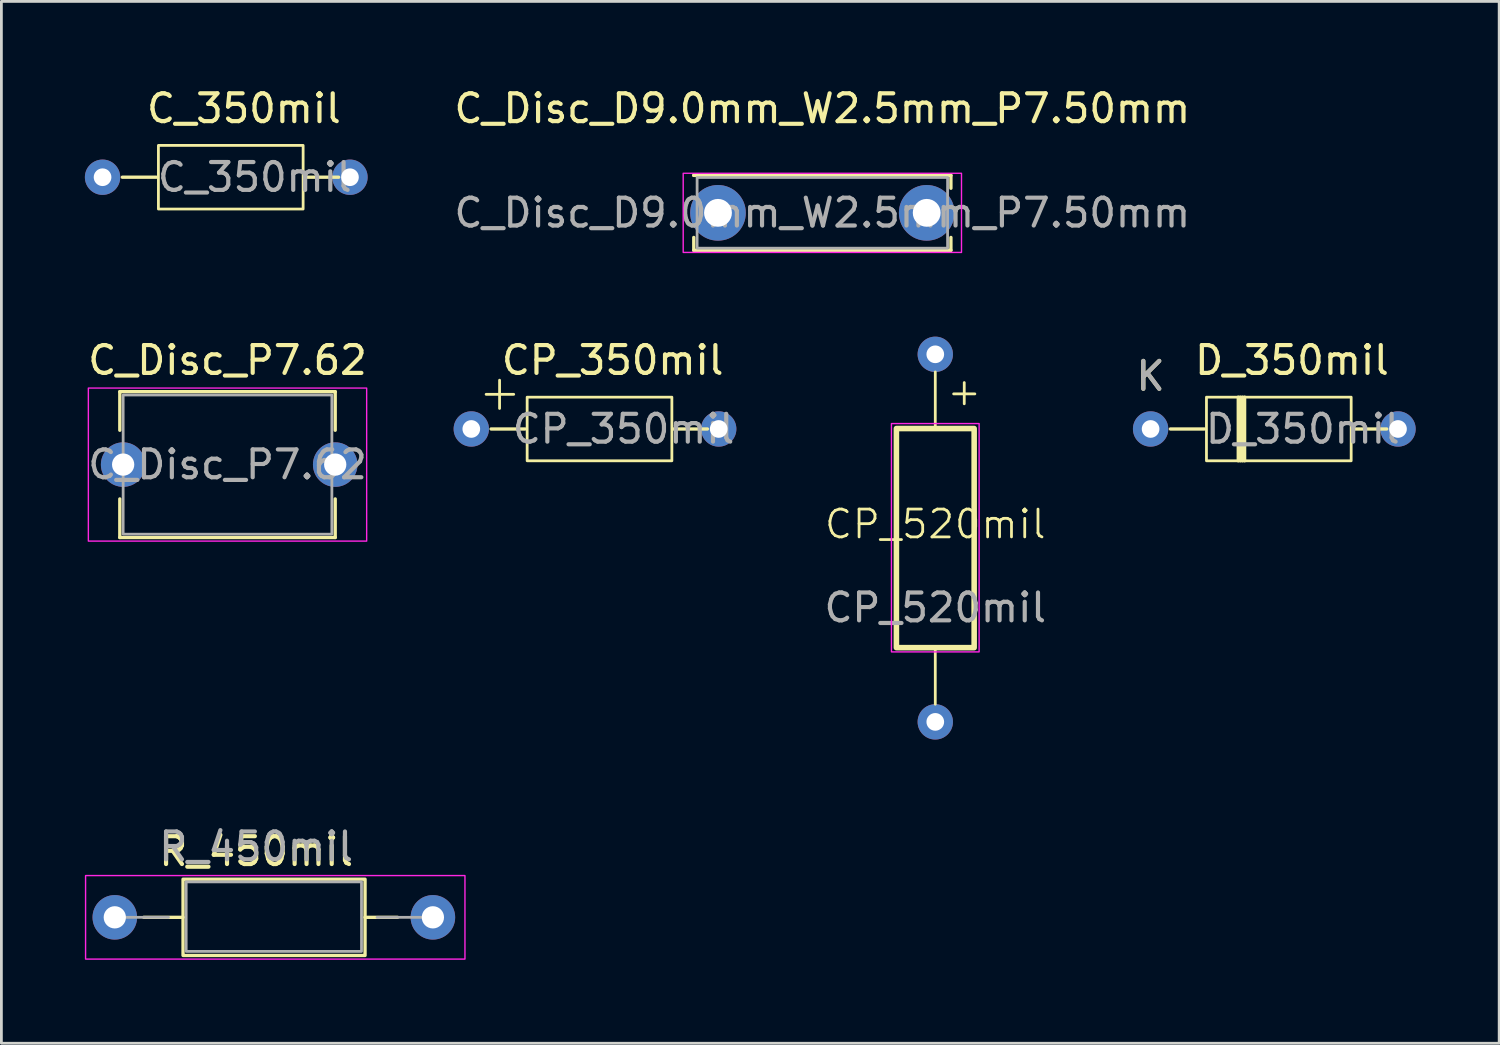
<source format=kicad_pcb>
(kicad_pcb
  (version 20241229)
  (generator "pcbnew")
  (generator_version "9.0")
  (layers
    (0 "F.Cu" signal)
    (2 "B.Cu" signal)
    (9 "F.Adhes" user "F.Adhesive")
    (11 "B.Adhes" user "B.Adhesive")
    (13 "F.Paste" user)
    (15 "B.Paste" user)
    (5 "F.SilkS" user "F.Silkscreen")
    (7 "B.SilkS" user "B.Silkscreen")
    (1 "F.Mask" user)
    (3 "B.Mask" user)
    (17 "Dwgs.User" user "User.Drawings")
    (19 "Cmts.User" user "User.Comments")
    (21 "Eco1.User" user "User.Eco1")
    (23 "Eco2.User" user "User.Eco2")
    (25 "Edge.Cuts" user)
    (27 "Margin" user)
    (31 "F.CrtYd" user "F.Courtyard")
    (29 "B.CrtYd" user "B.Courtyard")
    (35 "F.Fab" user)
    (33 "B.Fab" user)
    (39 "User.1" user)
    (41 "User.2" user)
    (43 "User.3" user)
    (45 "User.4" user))
  (footprint "CP_520mil"
    (layer "F.Cu")
    (at 30.557 16.285)
    (property "Reference" "CP_520mil" (at 0 -0.5 0) (unlocked yes) (layer "F.SilkS") (effects (font (size 1 1) (thickness 0.1))))
    (attr smd)
    (fp_line (start 0 -3.937) (end 0 -5.969) (stroke (width 0.1) (type default)) (layer "F.SilkS"))
    (fp_line (start 0 3.937) (end 0 5.969) (stroke (width 0.1) (type default)) (layer "F.SilkS"))
    (fp_line (start 0.66 -5.182) (end 1.422 -5.182) (stroke (width 0.1) (type default)) (layer "F.SilkS"))
    (fp_line (start 1.041 -5.588) (end 1.041 -4.826) (stroke (width 0.1) (type default)) (layer "F.SilkS"))
    (fp_rect (start -1.397 -3.937) (end 1.397 3.937) (stroke (width 0.2) (type solid)) (fill no) (layer "F.SilkS"))
    (fp_rect (start -1.575 -4.115) (end 1.575 4.089) (stroke (width 0.05) (type default)) (fill no) (layer "F.CrtYd"))
    (fp_text user "${REFERENCE}" (at 0 2.5 0) (unlocked yes) (layer "F.Fab") (effects (font (size 1 1) (thickness 0.15))))
    (pad "1" thru_hole circle (at 0 -6.604) (size 1.27 1.27) (drill 0.635) (layers "*.Cu" "*.Mask"))
    (pad "2" thru_hole circle (at 0 6.604) (size 1.27 1.27) (drill 0.635) (layers "*.Cu" "*.Mask")))
  (footprint "C_Disc_D9.0mm_W2.5mm_P7.50mm"
    (layer "F.Cu")
    (at 22.749 4.598)
    (property "Reference" "C_Disc_D9.0mm_W2.5mm_P7.50mm" (at 3.75 -3.75 0) (layer "F.SilkS") (effects (font (size 1 1) (thickness 0.15))))
    (attr through_hole)
    (fp_line (start -0.87 -1.346) (end -0.87 -1.346) (stroke (width 0.12) (type solid)) (layer "F.SilkS"))
    (fp_line (start -0.87 -1.346) (end 8.37 -1.346) (stroke (width 0.12) (type solid)) (layer "F.SilkS"))
    (fp_line (start -0.87 1.346) (end -0.87 0.884) (stroke (width 0.12) (type solid)) (layer "F.SilkS"))
    (fp_line (start 8.37 -1.346) (end 8.37 -0.884) (stroke (width 0.12) (type solid)) (layer "F.SilkS"))
    (fp_line (start 8.37 0.884) (end 8.37 1.346) (stroke (width 0.12) (type solid)) (layer "F.SilkS"))
    (fp_line (start 8.37 1.346) (end -0.87 1.346) (stroke (width 0.12) (type solid)) (layer "F.SilkS"))
    (fp_rect (start -1.25 -1.422) (end 8.75 1.422) (stroke (width 0.05) (type solid)) (fill no) (layer "F.CrtYd"))
    (fp_rect (start -0.75 -1.27) (end 8.25 1.27) (stroke (width 0.1) (type solid)) (fill no) (layer "F.Fab"))
    (fp_text user "${REFERENCE}" (at 3.75 0 0) (layer "F.Fab") (effects (font (size 1 1) (thickness 0.15))))
    (pad "1" thru_hole circle (at 0 0) (size 2 2) (drill 1) (layers "*.Cu" "*.Mask"))
    (pad "2" thru_hole circle (at 7.5 0) (size 2 2) (drill 1) (layers "*.Cu" "*.Mask")))
  (footprint "C_350mil"
    (layer "F.Cu")
    (at 0.635 3.318)
    (property "Reference" "C_350mil" (at 5.08 -2.47 0) (layer "F.SilkS") (effects (font (size 1 1) (thickness 0.15))))
    (attr through_hole)
    (fp_line (start 0.711 0) (end 1.931 0) (stroke (width 0.12) (type solid)) (layer "F.SilkS"))
    (fp_line (start 8.484 0) (end 7.264 0) (stroke (width 0.12) (type solid)) (layer "F.SilkS"))
    (fp_rect (start 2.007 -1.143) (end 7.207 1.143) (stroke (width 0.1) (type solid)) (fill no) (layer "F.SilkS"))
    (fp_text user "${REFERENCE}" (at 5.47 0 0) (layer "F.Fab") (effects (font (size 1 1) (thickness 0.15))))
    (pad "1" thru_hole circle (at 0 0) (size 1.27 1.27) (drill 0.635) (layers "*.Cu" "*.Mask"))
    (pad "2" thru_hole circle (at 8.89 0) (size 1.27 1.27) (drill 0.635) (layers "*.Cu" "*.Mask")))
  (footprint "D_350mil"
    (layer "F.Cu")
    (at 38.294 12.364)
    (property "Reference" "D_350mil" (at 5.08 -2.47 0) (layer "F.SilkS") (effects (font (size 1 1) (thickness 0.15))))
    (attr through_hole)
    (fp_line (start 0.711 0) (end 1.931 0) (stroke (width 0.12) (type solid)) (layer "F.SilkS"))
    (fp_line (start 3.226 -1.143) (end 3.226 1.143) (stroke (width 0.12) (type solid)) (layer "F.SilkS"))
    (fp_line (start 3.302 -1.143) (end 3.302 1.143) (stroke (width 0.12) (type solid)) (layer "F.SilkS"))
    (fp_line (start 3.378 -1.143) (end 3.378 1.143) (stroke (width 0.12) (type solid)) (layer "F.SilkS"))
    (fp_line (start 8.484 0) (end 7.264 0) (stroke (width 0.12) (type solid)) (layer "F.SilkS"))
    (fp_rect (start 2.007 -1.143) (end 7.207 1.143) (stroke (width 0.1) (type solid)) (fill no) (layer "F.SilkS"))
    (fp_rect (start 3.15 -1.143) (end 3.15 1.143) (stroke (width 0.12) (type solid)) (fill no) (layer "F.SilkS"))
    (fp_text user "K" (at 0 -1.9 0) (layer "F.SilkS") (effects (font (size 1 1) (thickness 0.15))))
    (fp_text user "K" (at 0 -1.9 0) (layer "F.Fab") (effects (font (size 1 1) (thickness 0.15))))
    (fp_text user "${REFERENCE}" (at 5.47 0 0) (layer "F.Fab") (effects (font (size 1 1) (thickness 0.15))))
    (pad "1" thru_hole circle (at 0 0) (size 1.27 1.27) (drill 0.635) (layers "*.Cu" "*.Mask"))
    (pad "2" thru_hole circle (at 8.89 0) (size 1.27 1.27) (drill 0.635) (layers "*.Cu" "*.Mask")))
  (footprint "CP_350mil"
    (layer "F.Cu")
    (at 13.885 12.364)
    (property "Reference" "CP_350mil" (at 5.08 -2.47 0) (layer "F.SilkS") (effects (font (size 1 1) (thickness 0.15))))
    (attr through_hole)
    (fp_line (start 0.533 -1.245) (end 1.524 -1.245) (stroke (width 0.1) (type default)) (layer "F.SilkS"))
    (fp_line (start 0.711 0) (end 1.931 0) (stroke (width 0.12) (type solid)) (layer "F.SilkS"))
    (fp_line (start 1.016 -1.753) (end 1.016 -0.737) (stroke (width 0.1) (type default)) (layer "F.SilkS"))
    (fp_line (start 8.484 0) (end 7.264 0) (stroke (width 0.12) (type solid)) (layer "F.SilkS"))
    (fp_rect (start 2.007 -1.143) (end 7.207 1.143) (stroke (width 0.1) (type solid)) (fill no) (layer "F.SilkS"))
    (fp_text user "${REFERENCE}" (at 5.47 0 0) (layer "F.Fab") (effects (font (size 1 1) (thickness 0.15))))
    (pad "1" thru_hole circle (at 0 0) (size 1.27 1.27) (drill 0.635) (layers "*.Cu" "*.Mask"))
    (pad "2" thru_hole circle (at 8.89 0) (size 1.27 1.27) (drill 0.635) (layers "*.Cu" "*.Mask")))
  (footprint "R_450mil"
    (layer "F.Cu")
    (at 1.075 29.912)
    (property "Reference" "R_450mil" (at 5.08 -2.37 0) (layer "F.SilkS") (effects (font (size 1 1) (thickness 0.15))))
    (attr through_hole)
    (fp_line (start 1.04 0) (end 2.452 0) (stroke (width 0.12) (type solid)) (layer "F.SilkS"))
    (fp_line (start 10.16 0) (end 8.992 0) (stroke (width 0.12) (type solid)) (layer "F.SilkS"))
    (fp_rect (start 2.452 -1.37) (end 8.992 1.37) (stroke (width 0.12) (type solid)) (fill no) (layer "F.SilkS"))
    (fp_rect (start -1.05 -1.5) (end 12.582 1.5) (stroke (width 0.05) (type solid)) (fill no) (layer "F.CrtYd"))
    (fp_line (start 0 0) (end 1.93 0) (stroke (width 0.1) (type solid)) (layer "F.Fab"))
    (fp_line (start 11.353 0) (end 9.423 0) (stroke (width 0.1) (type solid)) (layer "F.Fab"))
    (fp_rect (start 2.565 -1.275) (end 8.865 1.225) (stroke (width 0.1) (type solid)) (fill no) (layer "F.Fab"))
    (fp_text user "${REFERENCE}" (at 5.08 -2.54 0) (layer "F.Fab") (effects (font (size 1 1) (thickness 0.15))))
    (pad "1" thru_hole circle (at 0 0) (size 1.6 1.6) (drill 0.8) (layers "*.Cu" "*.Mask"))
    (pad "2" thru_hole circle (at 11.43 0) (size 1.6 1.6) (drill 0.8) (layers "*.Cu" "*.Mask")))
  (footprint "C_Disc_P7.62"
    (layer "F.Cu")
    (at 1.375 13.644)
    (property "Reference" "C_Disc_P7.62" (at 3.75 -3.75 0) (layer "F.SilkS") (effects (font (size 1 1) (thickness 0.15))))
    (attr through_hole)
    (fp_line (start -0.12 -2.62) (end 7.62 -2.62) (stroke (width 0.12) (type solid)) (layer "F.SilkS"))
    (fp_line (start -0.12 -1.234) (end -0.12 -2.62) (stroke (width 0.12) (type solid)) (layer "F.SilkS"))
    (fp_line (start -0.12 2.62) (end -0.12 1.234) (stroke (width 0.12) (type solid)) (layer "F.SilkS"))
    (fp_line (start 7.62 -2.62) (end 7.62 -1.234) (stroke (width 0.12) (type solid)) (layer "F.SilkS"))
    (fp_line (start 7.62 1.234) (end 7.62 2.62) (stroke (width 0.12) (type solid)) (layer "F.SilkS"))
    (fp_line (start 7.62 2.62) (end -0.12 2.62) (stroke (width 0.12) (type solid)) (layer "F.SilkS"))
    (fp_rect (start -1.25 -2.75) (end 8.75 2.75) (stroke (width 0.05) (type solid)) (fill no) (layer "F.CrtYd"))
    (fp_rect (start 0 -2.5) (end 7.5 2.5) (stroke (width 0.1) (type solid)) (fill no) (layer "F.Fab"))
    (fp_text user "${REFERENCE}" (at 3.75 0 0) (layer "F.Fab") (effects (font (size 1 1) (thickness 0.15))))
    (pad "1" thru_hole circle (at 0 0) (size 1.6 1.6) (drill 0.8) (layers "*.Cu" "*.Mask"))
    (pad "2" thru_hole circle (at 7.62 0) (size 1.6 1.6) (drill 0.8) (layers "*.Cu" "*.Mask")))
  (gr_rect
    (start -3 -3)
    (end 50.819 34.437)
    (stroke (width 0.1) (type default))
    (fill no)
    (layer "Edge.Cuts")))
</source>
